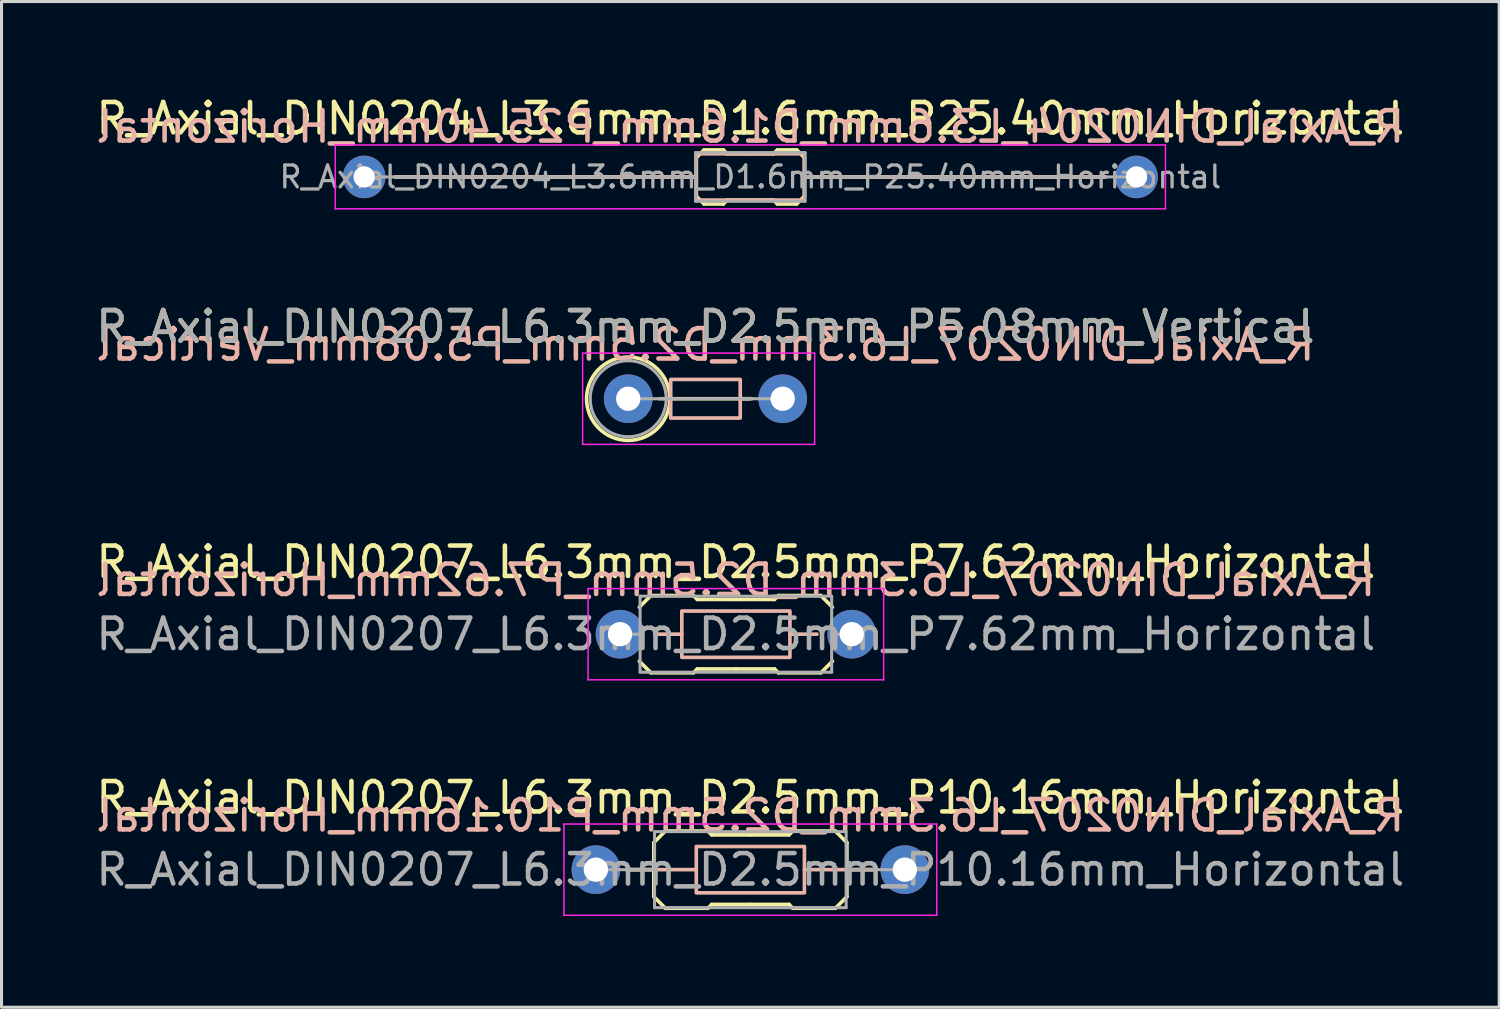
<source format=kicad_pcb>
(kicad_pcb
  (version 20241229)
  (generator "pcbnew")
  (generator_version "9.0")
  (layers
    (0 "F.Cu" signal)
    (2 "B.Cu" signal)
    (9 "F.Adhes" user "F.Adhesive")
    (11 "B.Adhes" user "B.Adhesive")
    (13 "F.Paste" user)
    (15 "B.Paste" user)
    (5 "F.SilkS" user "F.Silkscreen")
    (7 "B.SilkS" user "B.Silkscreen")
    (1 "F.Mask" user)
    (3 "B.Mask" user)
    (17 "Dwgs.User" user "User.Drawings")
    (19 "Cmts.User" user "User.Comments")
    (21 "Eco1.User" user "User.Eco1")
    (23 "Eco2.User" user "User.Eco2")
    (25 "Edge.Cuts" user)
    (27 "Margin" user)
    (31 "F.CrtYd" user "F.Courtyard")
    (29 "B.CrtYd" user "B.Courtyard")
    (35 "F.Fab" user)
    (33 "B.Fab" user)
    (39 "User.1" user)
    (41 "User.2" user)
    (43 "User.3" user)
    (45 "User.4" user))
  (footprint "R_Axial_DIN0207_L6.3mm_D2.5mm_P5.08mm_Vertical"
    (layer "F.Cu")
    (at 17.609 10.062)
    (property "Reference" "R_Axial_DIN0207_L6.3mm_D2.5mm_P5.08mm_Vertical" (at 2.54 -2.37 0) (layer "F.SilkS") (effects (font (size 1 1) (thickness 0.15))))
    (fp_line (start 1.37 0) (end 3.98 0) (stroke (width 0.12) (type solid)) (layer "F.SilkS"))
    (fp_circle (center 0 0) (end 1.37 0) (stroke (width 0.12) (type solid)) (fill no) (layer "F.SilkS"))
    (fp_line (start 1.016 0) (end 1.397 0) (stroke (width 0.12) (type solid)) (layer "B.SilkS"))
    (fp_line (start 4.064 0) (end 3.683 0) (stroke (width 0.12) (type solid)) (layer "B.SilkS"))
    (fp_rect (start 1.397 -0.635) (end 3.683 0.635) (stroke (width 0.12) (type solid)) (fill no) (layer "B.SilkS"))
    (fp_line (start -1.5 -1.5) (end -1.5 1.5) (stroke (width 0.05) (type solid)) (layer "F.CrtYd"))
    (fp_line (start -1.5 1.5) (end 6.13 1.5) (stroke (width 0.05) (type solid)) (layer "F.CrtYd"))
    (fp_line (start 6.13 -1.5) (end -1.5 -1.5) (stroke (width 0.05) (type solid)) (layer "F.CrtYd"))
    (fp_line (start 6.13 1.5) (end 6.13 -1.5) (stroke (width 0.05) (type solid)) (layer "F.CrtYd"))
    (fp_line (start 0 0) (end 5.08 0) (stroke (width 0.1) (type solid)) (layer "F.Fab"))
    (fp_circle (center 0 0) (end 1.25 0) (stroke (width 0.1) (type solid)) (fill no) (layer "F.Fab"))
    (fp_text user "${REFERENCE}" (at 2.54 -1.778 0) (layer "B.SilkS") (effects (font (size 1 1) (thickness 0.15)) (justify mirror)))
    (fp_text user "${REFERENCE}" (at 2.54 -2.37 0) (layer "F.Fab") (effects (font (size 1 1) (thickness 0.15))))
    (pad "1" thru_hole circle (at 0 0) (size 1.6 1.6) (drill 0.8) (layers "*.Cu" "*.Mask"))
    (pad "2" thru_hole oval (at 5.08 0) (size 1.6 1.6) (drill 0.8) (layers "*.Cu" "*.Mask")))
  (footprint "R_Axial_DIN0207_L6.3mm_D2.5mm_P7.62mm_Horizontal"
    (layer "F.Cu")
    (at 17.339 17.805)
    (property "Reference" "R_Axial_DIN0207_L6.3mm_D2.5mm_P7.62mm_Horizontal" (at 3.81 -2.37 0) (layer "F.SilkS") (effects (font (size 1 1) (thickness 0.15))))
    (fp_line (start 0.635 -0.889) (end 1.016 -1.27) (stroke (width 0.12) (type solid)) (layer "F.SilkS"))
    (fp_line (start 0.635 0.889) (end 1.016 1.27) (stroke (width 0.12) (type solid)) (layer "F.SilkS"))
    (fp_line (start 1.016 -1.27) (end 2.413 -1.27) (stroke (width 0.12) (type solid)) (layer "F.SilkS"))
    (fp_line (start 1.016 1.27) (end 2.413 1.27) (stroke (width 0.12) (type solid)) (layer "F.SilkS"))
    (fp_line (start 2.413 -1.27) (end 2.54 -1.143) (stroke (width 0.12) (type solid)) (layer "F.SilkS"))
    (fp_line (start 2.413 1.27) (end 2.54 1.143) (stroke (width 0.12) (type solid)) (layer "F.SilkS"))
    (fp_line (start 2.54 -1.143) (end 3.81 -1.143) (stroke (width 0.12) (type solid)) (layer "F.SilkS"))
    (fp_line (start 2.54 1.143) (end 3.81 1.143) (stroke (width 0.12) (type solid)) (layer "F.SilkS"))
    (fp_line (start 5.08 -1.143) (end 3.81 -1.143) (stroke (width 0.12) (type solid)) (layer "F.SilkS"))
    (fp_line (start 5.08 1.143) (end 3.81 1.143) (stroke (width 0.12) (type solid)) (layer "F.SilkS"))
    (fp_line (start 5.207 -1.27) (end 5.08 -1.143) (stroke (width 0.12) (type solid)) (layer "F.SilkS"))
    (fp_line (start 5.207 1.27) (end 5.08 1.143) (stroke (width 0.12) (type solid)) (layer "F.SilkS"))
    (fp_line (start 6.604 -1.27) (end 5.207 -1.27) (stroke (width 0.12) (type solid)) (layer "F.SilkS"))
    (fp_line (start 6.604 1.27) (end 5.207 1.27) (stroke (width 0.12) (type solid)) (layer "F.SilkS"))
    (fp_line (start 6.985 -0.889) (end 6.604 -1.27) (stroke (width 0.12) (type solid)) (layer "F.SilkS"))
    (fp_line (start 6.985 0.889) (end 6.604 1.27) (stroke (width 0.12) (type solid)) (layer "F.SilkS"))
    (fp_line (start 2.032 0) (end 1.143 0) (stroke (width 0.12) (type solid)) (layer "B.SilkS"))
    (fp_line (start 5.588 0) (end 6.477 0) (stroke (width 0.12) (type solid)) (layer "B.SilkS"))
    (fp_rect (start 2.032 -0.762) (end 5.588 0.762) (stroke (width 0.12) (type solid)) (fill no) (layer "B.SilkS"))
    (fp_line (start -1.05 -1.5) (end -1.05 1.5) (stroke (width 0.05) (type solid)) (layer "F.CrtYd"))
    (fp_line (start -1.05 1.5) (end 8.67 1.5) (stroke (width 0.05) (type solid)) (layer "F.CrtYd"))
    (fp_line (start 8.67 -1.5) (end -1.05 -1.5) (stroke (width 0.05) (type solid)) (layer "F.CrtYd"))
    (fp_line (start 8.67 1.5) (end 8.67 -1.5) (stroke (width 0.05) (type solid)) (layer "F.CrtYd"))
    (fp_line (start 0 0) (end 0.66 0) (stroke (width 0.1) (type solid)) (layer "F.Fab"))
    (fp_line (start 0.66 -1.25) (end 0.66 1.25) (stroke (width 0.1) (type solid)) (layer "F.Fab"))
    (fp_line (start 0.66 1.25) (end 6.96 1.25) (stroke (width 0.1) (type solid)) (layer "F.Fab"))
    (fp_line (start 6.96 -1.25) (end 0.66 -1.25) (stroke (width 0.1) (type solid)) (layer "F.Fab"))
    (fp_line (start 6.96 1.25) (end 6.96 -1.25) (stroke (width 0.1) (type solid)) (layer "F.Fab"))
    (fp_line (start 7.62 0) (end 6.96 0) (stroke (width 0.1) (type solid)) (layer "F.Fab"))
    (fp_text user "${REFERENCE}" (at 3.81 -1.778 0) (layer "B.SilkS") (effects (font (size 1 1) (thickness 0.15)) (justify mirror)))
    (fp_text user "${REFERENCE}" (at 3.81 0 0) (layer "F.Fab") (effects (font (size 1 1) (thickness 0.15))))
    (pad "1" thru_hole circle (at 0 0) (size 1.6 1.6) (drill 0.8) (layers "*.Cu" "*.Mask"))
    (pad "2" thru_hole oval (at 7.62 0) (size 1.6 1.6) (drill 0.8) (layers "*.Cu" "*.Mask")))
  (footprint "R_Axial_DIN0204_L3.6mm_D1.6mm_P25.40mm_Horizontal"
    (layer "F.Cu")
    (at 8.925 2.768)
    (property "Reference" "R_Axial_DIN0204_L3.6mm_D1.6mm_P25.40mm_Horizontal" (at 12.7 -1.92 0) (layer "F.SilkS") (effects (font (size 1 1) (thickness 0.15))))
    (fp_line (start 1.016 0) (end 10.78 0) (stroke (width 0.12) (type solid)) (layer "F.SilkS"))
    (fp_line (start 10.78 0) (end 10.922 0) (stroke (width 0.12) (type solid)) (layer "F.SilkS"))
    (fp_line (start 10.922 -0.635) (end 11.176 -0.889) (stroke (width 0.12) (type solid)) (layer "F.SilkS"))
    (fp_line (start 10.922 0.635) (end 10.922 -0.635) (stroke (width 0.12) (type solid)) (layer "F.SilkS"))
    (fp_line (start 10.922 0.635) (end 11.176 0.889) (stroke (width 0.12) (type solid)) (layer "F.SilkS"))
    (fp_line (start 11.176 -0.889) (end 11.811 -0.889) (stroke (width 0.12) (type solid)) (layer "F.SilkS"))
    (fp_line (start 11.176 0.889) (end 11.811 0.889) (stroke (width 0.12) (type solid)) (layer "F.SilkS"))
    (fp_line (start 11.811 -0.889) (end 11.938 -0.762) (stroke (width 0.12) (type solid)) (layer "F.SilkS"))
    (fp_line (start 11.811 0.889) (end 11.938 0.762) (stroke (width 0.12) (type solid)) (layer "F.SilkS"))
    (fp_line (start 11.938 -0.762) (end 12.7 -0.762) (stroke (width 0.12) (type solid)) (layer "F.SilkS"))
    (fp_line (start 11.938 0.762) (end 12.7 0.762) (stroke (width 0.12) (type solid)) (layer "F.SilkS"))
    (fp_line (start 13.462 -0.762) (end 12.7 -0.762) (stroke (width 0.12) (type solid)) (layer "F.SilkS"))
    (fp_line (start 13.462 0.762) (end 12.7 0.762) (stroke (width 0.12) (type solid)) (layer "F.SilkS"))
    (fp_line (start 13.589 -0.889) (end 13.462 -0.762) (stroke (width 0.12) (type solid)) (layer "F.SilkS"))
    (fp_line (start 13.589 0.889) (end 13.462 0.762) (stroke (width 0.12) (type solid)) (layer "F.SilkS"))
    (fp_line (start 14.224 -0.889) (end 13.589 -0.889) (stroke (width 0.12) (type solid)) (layer "F.SilkS"))
    (fp_line (start 14.224 0.889) (end 13.589 0.889) (stroke (width 0.12) (type solid)) (layer "F.SilkS"))
    (fp_line (start 14.478 -0.635) (end 14.224 -0.889) (stroke (width 0.12) (type solid)) (layer "F.SilkS"))
    (fp_line (start 14.478 -0.635) (end 14.478 0.635) (stroke (width 0.12) (type solid)) (layer "F.SilkS"))
    (fp_line (start 14.478 0.635) (end 14.224 0.889) (stroke (width 0.12) (type solid)) (layer "F.SilkS"))
    (fp_line (start 14.605 0) (end 14.478 0) (stroke (width 0.12) (type solid)) (layer "F.SilkS"))
    (fp_line (start 24.384 0) (end 14.62 0) (stroke (width 0.12) (type solid)) (layer "F.SilkS"))
    (fp_line (start 10.922 0) (end 1.016 0) (stroke (width 0.12) (type solid)) (layer "B.SilkS"))
    (fp_line (start 14.478 0) (end 24.384 0) (stroke (width 0.12) (type solid)) (layer "B.SilkS"))
    (fp_rect (start 10.922 -0.762) (end 14.478 0.762) (stroke (width 0.12) (type solid)) (fill no) (layer "B.SilkS"))
    (fp_line (start -0.95 -1.05) (end -0.95 1.05) (stroke (width 0.05) (type solid)) (layer "F.CrtYd"))
    (fp_line (start -0.95 1.05) (end 26.35 1.05) (stroke (width 0.05) (type solid)) (layer "F.CrtYd"))
    (fp_line (start 26.35 -1.05) (end -0.95 -1.05) (stroke (width 0.05) (type solid)) (layer "F.CrtYd"))
    (fp_line (start 26.35 1.05) (end 26.35 -1.05) (stroke (width 0.05) (type solid)) (layer "F.CrtYd"))
    (fp_line (start 0 0) (end 10.922 0) (stroke (width 0.1) (type solid)) (layer "F.Fab"))
    (fp_line (start 10.9 -0.8) (end 10.9 0.8) (stroke (width 0.1) (type solid)) (layer "F.Fab"))
    (fp_line (start 10.9 0.8) (end 14.5 0.8) (stroke (width 0.1) (type solid)) (layer "F.Fab"))
    (fp_line (start 14.5 -0.8) (end 10.9 -0.8) (stroke (width 0.1) (type solid)) (layer "F.Fab"))
    (fp_line (start 14.5 0.8) (end 14.5 -0.8) (stroke (width 0.1) (type solid)) (layer "F.Fab"))
    (fp_line (start 25.4 0) (end 14.5 0) (stroke (width 0.1) (type solid)) (layer "F.Fab"))
    (fp_text user "${REFERENCE}" (at 12.7 -1.651 0) (layer "B.SilkS") (effects (font (size 1 1) (thickness 0.15)) (justify mirror)))
    (fp_text user "${REFERENCE}" (at 12.7 0 0) (layer "F.Fab") (effects (font (size 0.72 0.72) (thickness 0.108))))
    (pad "1" thru_hole circle (at 0 0) (size 1.4 1.4) (drill 0.7) (layers "*.Cu" "*.Mask"))
    (pad "2" thru_hole oval (at 25.4 0) (size 1.4 1.4) (drill 0.7) (layers "*.Cu" "*.Mask")))
  (footprint "R_Axial_DIN0207_L6.3mm_D2.5mm_P10.16mm_Horizontal"
    (layer "F.Cu")
    (at 16.545 25.548)
    (property "Reference" "R_Axial_DIN0207_L6.3mm_D2.5mm_P10.16mm_Horizontal" (at 5.08 -2.37 0) (layer "F.SilkS") (effects (font (size 1 1) (thickness 0.15))))
    (fp_line (start 1.905 -0.889) (end 1.905 0.889) (stroke (width 0.12) (type solid)) (layer "F.SilkS"))
    (fp_line (start 1.905 -0.889) (end 2.286 -1.27) (stroke (width 0.12) (type solid)) (layer "F.SilkS"))
    (fp_line (start 1.905 0) (end 1.016 0) (stroke (width 0.12) (type solid)) (layer "F.SilkS"))
    (fp_line (start 1.905 0.889) (end 2.286 1.27) (stroke (width 0.12) (type solid)) (layer "F.SilkS"))
    (fp_line (start 2.286 -1.27) (end 3.683 -1.27) (stroke (width 0.12) (type solid)) (layer "F.SilkS"))
    (fp_line (start 2.286 1.27) (end 3.683 1.27) (stroke (width 0.12) (type solid)) (layer "F.SilkS"))
    (fp_line (start 3.683 -1.27) (end 3.81 -1.143) (stroke (width 0.12) (type solid)) (layer "F.SilkS"))
    (fp_line (start 3.683 1.27) (end 3.81 1.143) (stroke (width 0.12) (type solid)) (layer "F.SilkS"))
    (fp_line (start 3.81 -1.143) (end 5.08 -1.143) (stroke (width 0.12) (type solid)) (layer "F.SilkS"))
    (fp_line (start 3.81 1.143) (end 5.08 1.143) (stroke (width 0.12) (type solid)) (layer "F.SilkS"))
    (fp_line (start 6.35 -1.143) (end 5.08 -1.143) (stroke (width 0.12) (type solid)) (layer "F.SilkS"))
    (fp_line (start 6.35 1.143) (end 5.08 1.143) (stroke (width 0.12) (type solid)) (layer "F.SilkS"))
    (fp_line (start 6.477 -1.27) (end 6.35 -1.143) (stroke (width 0.12) (type solid)) (layer "F.SilkS"))
    (fp_line (start 6.477 1.27) (end 6.35 1.143) (stroke (width 0.12) (type solid)) (layer "F.SilkS"))
    (fp_line (start 7.874 -1.27) (end 6.477 -1.27) (stroke (width 0.12) (type solid)) (layer "F.SilkS"))
    (fp_line (start 7.874 1.27) (end 6.477 1.27) (stroke (width 0.12) (type solid)) (layer "F.SilkS"))
    (fp_line (start 8.255 -0.889) (end 7.874 -1.27) (stroke (width 0.12) (type solid)) (layer "F.SilkS"))
    (fp_line (start 8.255 -0.889) (end 8.255 0.889) (stroke (width 0.12) (type solid)) (layer "F.SilkS"))
    (fp_line (start 8.255 0) (end 9.144 0) (stroke (width 0.12) (type solid)) (layer "F.SilkS"))
    (fp_line (start 8.255 0.889) (end 7.874 1.27) (stroke (width 0.12) (type solid)) (layer "F.SilkS"))
    (fp_line (start 3.302 0) (end 1.016 0) (stroke (width 0.12) (type solid)) (layer "B.SilkS"))
    (fp_line (start 6.858 0) (end 9.144 0) (stroke (width 0.12) (type solid)) (layer "B.SilkS"))
    (fp_rect (start 3.302 -0.762) (end 6.858 0.762) (stroke (width 0.12) (type solid)) (fill no) (layer "B.SilkS"))
    (fp_line (start -1.05 -1.5) (end -1.05 1.5) (stroke (width 0.05) (type solid)) (layer "F.CrtYd"))
    (fp_line (start -1.05 1.5) (end 11.21 1.5) (stroke (width 0.05) (type solid)) (layer "F.CrtYd"))
    (fp_line (start 11.21 -1.5) (end -1.05 -1.5) (stroke (width 0.05) (type solid)) (layer "F.CrtYd"))
    (fp_line (start 11.21 1.5) (end 11.21 -1.5) (stroke (width 0.05) (type solid)) (layer "F.CrtYd"))
    (fp_line (start 0 0) (end 1.93 0) (stroke (width 0.1) (type solid)) (layer "F.Fab"))
    (fp_line (start 1.93 -1.25) (end 1.93 1.25) (stroke (width 0.1) (type solid)) (layer "F.Fab"))
    (fp_line (start 1.93 1.25) (end 8.23 1.25) (stroke (width 0.1) (type solid)) (layer "F.Fab"))
    (fp_line (start 8.23 -1.25) (end 1.93 -1.25) (stroke (width 0.1) (type solid)) (layer "F.Fab"))
    (fp_line (start 8.23 1.25) (end 8.23 -1.25) (stroke (width 0.1) (type solid)) (layer "F.Fab"))
    (fp_line (start 10.16 0) (end 8.23 0) (stroke (width 0.1) (type solid)) (layer "F.Fab"))
    (fp_text user "${REFERENCE}" (at 5.08 -1.778 0) (layer "B.SilkS") (effects (font (size 1 1) (thickness 0.15)) (justify mirror)))
    (fp_text user "${REFERENCE}" (at 5.08 0 0) (layer "F.Fab") (effects (font (size 1 1) (thickness 0.15))))
    (pad "1" thru_hole circle (at 0 0) (size 1.6 1.6) (drill 0.8) (layers "*.Cu" "*.Mask"))
    (pad "2" thru_hole oval (at 10.16 0) (size 1.6 1.6) (drill 0.8) (layers "*.Cu" "*.Mask")))
  (gr_rect
    (start -3 -3)
    (end 46.25 30.073)
    (stroke (width 0.1) (type default))
    (fill no)
    (layer "Edge.Cuts")))
</source>
